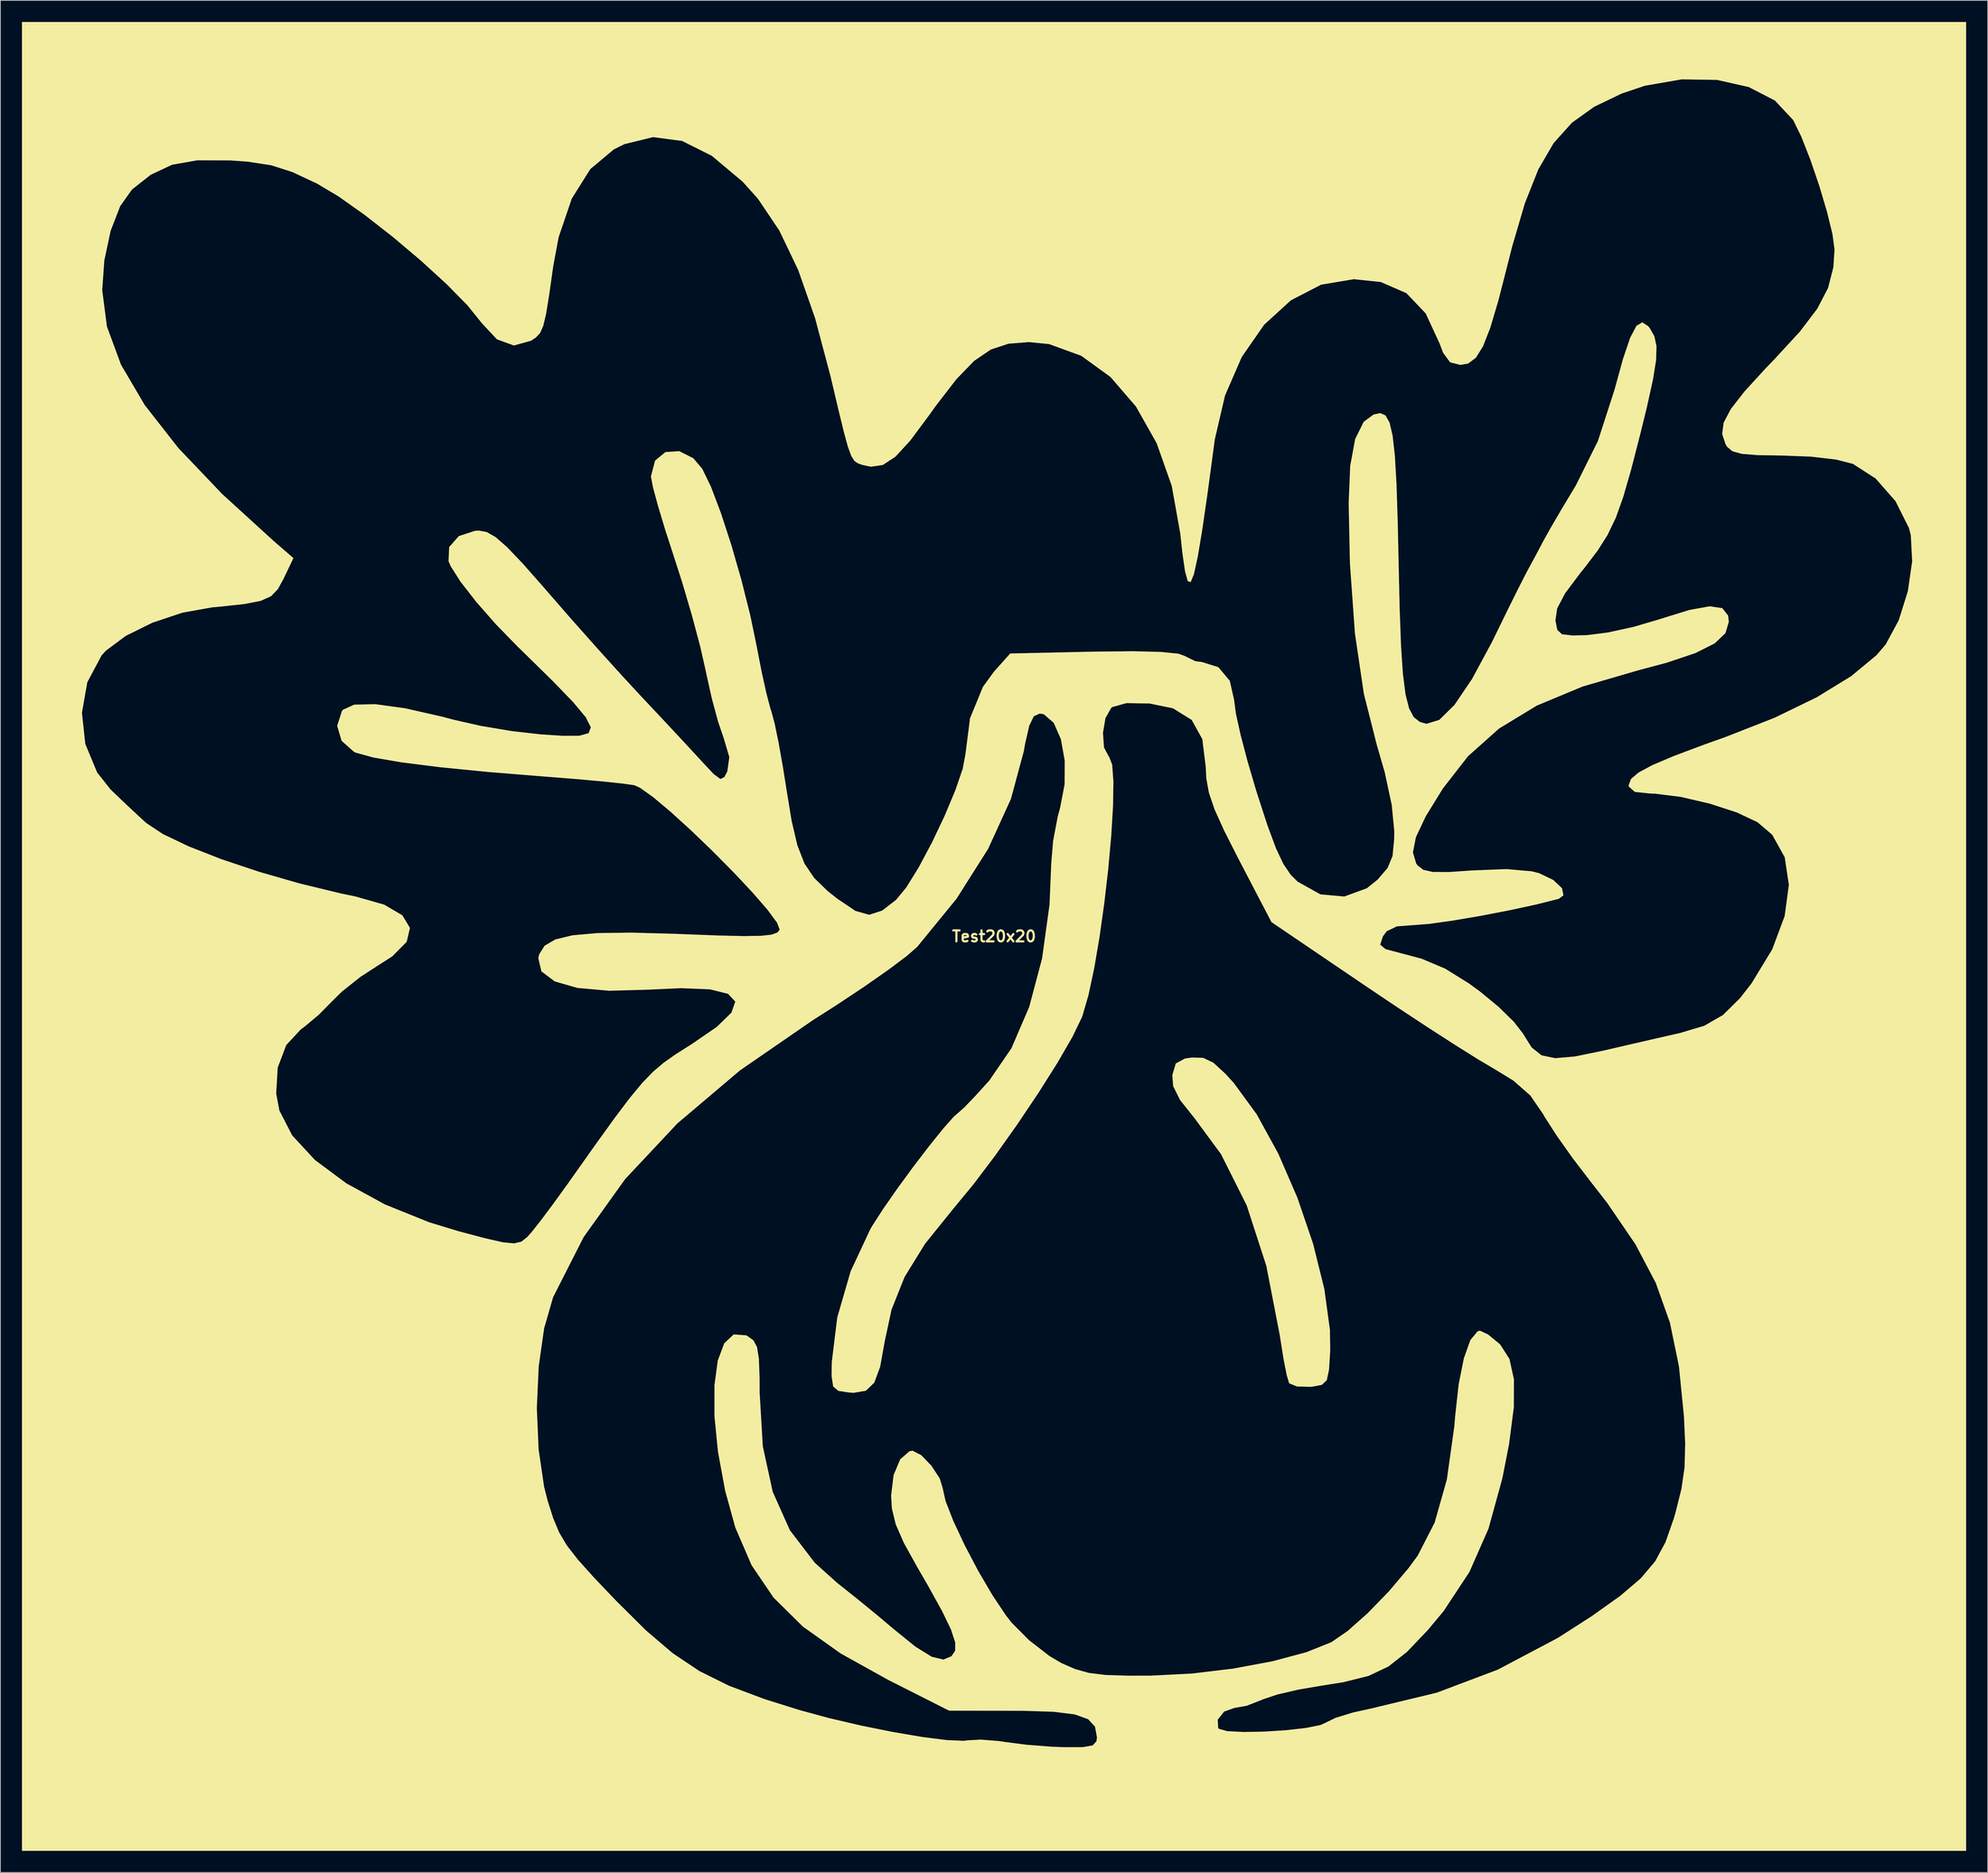
<source format=kicad_pcb>
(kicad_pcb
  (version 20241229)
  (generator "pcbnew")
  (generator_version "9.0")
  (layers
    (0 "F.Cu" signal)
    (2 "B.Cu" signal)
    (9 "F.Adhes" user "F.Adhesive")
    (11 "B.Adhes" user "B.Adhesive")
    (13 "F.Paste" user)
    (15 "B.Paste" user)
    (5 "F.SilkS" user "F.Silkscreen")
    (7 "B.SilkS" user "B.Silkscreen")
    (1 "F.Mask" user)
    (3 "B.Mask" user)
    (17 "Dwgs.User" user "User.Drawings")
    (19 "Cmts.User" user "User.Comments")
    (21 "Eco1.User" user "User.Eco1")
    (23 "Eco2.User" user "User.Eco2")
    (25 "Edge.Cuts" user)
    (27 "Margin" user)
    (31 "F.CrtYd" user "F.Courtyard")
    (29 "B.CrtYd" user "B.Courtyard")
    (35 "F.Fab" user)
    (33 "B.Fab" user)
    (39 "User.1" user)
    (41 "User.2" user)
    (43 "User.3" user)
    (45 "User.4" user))
  (footprint "Test20x20"
    (layer "F.Cu")
    (at 134.942 127.005)
    (property "Reference" "Test20x20" (at 0 0 0) (layer "F.SilkS") (effects (font (size 1.524 1.524) (thickness 0.3))))
    (attr through_hole)
    (fp_poly (pts (xy 29.037 16.874) (xy 30.445 17.544) (xy 32.129 19.094) (xy 33.302 20.389) (xy 36.461 24.715) (xy 39.445 30.152) (xy 42.103 36.283) (xy 44.286 42.689) (xy 45.843 48.952) (xy 46.624 54.654) (xy 46.662 57.547) (xy 46.498 60.187) (xy 46.186 61.633) (xy 45.511 62.28) (xy 44.258 62.52) (xy 43.929 62.553) (xy 42.053 62.51) (xy 40.977 62.071) (xy 40.963 62.05) (xy 40.634 60.944) (xy 40.195 58.718) (xy 39.735 55.829) (xy 39.682 55.456) (xy 37.806 45.775) (xy 35.077 37.357) (xy 31.508 30.237) (xy 27.811 25.217) (xy 25.813 22.706) (xy 24.867 20.789) (xy 24.751 19.264) (xy 25.23 17.655) (xy 26.511 16.963) (xy 27.478 16.825) (xy 29.037 16.874)) (stroke (width 0.01) (type solid)) (fill yes) (layer "F.SilkS"))
    (fp_poly (pts (xy 134.938 127) (xy -134.938 127) (xy -134.938 65.504) (xy -63.474 65.504) (xy -63.227 71.251) (xy -62.461 76.454) (xy -61.96 78.423) (xy -61.199 80.811) (xy -60.391 82.754) (xy -59.32 84.568) (xy -57.769 86.567) (xy -55.524 89.065) (xy -52.432 92.31) (xy -48.316 96.395) (xy -44.613 99.555) (xy -40.91 102.035) (xy -36.797 104.079) (xy -31.861 105.934) (xy -26.973 107.466) (xy -22.895 108.574) (xy -18.471 109.607) (xy -14.048 110.5) (xy -9.973 111.193) (xy -6.592 111.623) (xy -4.253 111.727) (xy -3.667 111.66) (xy -1.855 111.558) (xy 0.668 111.758) (xy 1.587 111.897) (xy 4.533 112.276) (xy 8.014 112.546) (xy 9.723 112.613) (xy 12.322 112.605) (xy 13.702 112.36) (xy 14.229 111.767) (xy 14.287 111.222) (xy 14.018 109.756) (xy 13.066 108.723) (xy 11.223 108.056) (xy 8.275 107.688) (xy 4.01 107.551) (xy 2.714 107.545) (xy -6.232 107.537) (xy -14.647 103.281) (xy -21.285 99.591) (xy -26.538 95.851) (xy -30.598 91.838) (xy -33.659 87.328) (xy -35.913 82.098) (xy -37.322 76.994) (xy -38.322 71.556) (xy -38.811 66.617) (xy -38.811 62.349) (xy -38.35 58.923) (xy -37.45 56.51) (xy -36.137 55.281) (xy -34.435 55.408) (xy -34.224 55.513) (xy -33.409 56.1) (xy -32.909 57.026) (xy -32.649 58.643) (xy -32.553 61.301) (xy -32.544 63.361) (xy -32.102 70.83) (xy -30.727 77.14) (xy -28.349 82.469) (xy -24.896 86.993) (xy -21.801 89.773) (xy -18.923 92.066) (xy -15.985 94.474) (xy -14.026 96.13) (xy -10.928 98.643) (xy -8.664 100.047) (xy -7.035 100.439) (xy -5.925 99.989) (xy -5.399 99.226) (xy -5.387 98.059) (xy -5.967 96.282) (xy -7.216 93.693) (xy -9.212 90.087) (xy -10.622 87.654) (xy -12.516 84.238) (xy -13.646 81.655) (xy -14.179 79.449) (xy -14.287 77.662) (xy -13.94 74.817) (xy -13.027 72.632) (xy -11.739 71.508) (xy -11.305 71.438) (xy -10.1 72.058) (xy -8.69 73.532) (xy -7.55 75.274) (xy -7.144 76.579) (xy -6.739 78.411) (xy -5.655 81.193) (xy -4.082 84.549) (xy -2.214 88.101) (xy -0.243 91.475) (xy 1.639 94.292) (xy 2.439 95.319) (xy 4.874 97.766) (xy 7.699 99.957) (xy 9.351 100.931) (xy 11.255 101.764) (xy 13.143 102.293) (xy 15.439 102.58) (xy 18.568 102.682) (xy 21.828 102.672) (xy 27.452 102.387) (xy 33.203 101.697) (xy 38.648 100.68) (xy 43.358 99.419) (xy 46.817 98.036) (xy 49.082 96.477) (xy 51.87 93.998) (xy 54.802 90.978) (xy 57.493 87.803) (xy 58.806 86.022) (xy 61.164 81.427) (xy 62.859 75.445) (xy 63.9 68.047) (xy 64.011 66.675) (xy 64.502 62.191) (xy 65.228 58.582) (xy 66.126 56.063) (xy 67.133 54.847) (xy 67.464 54.769) (xy 68.571 55.286) (xy 70.111 56.549) (xy 70.283 56.717) (xy 71.547 58.691) (xy 72.168 61.542) (xy 72.149 65.424) (xy 71.492 70.492) (xy 70.57 75.222) (xy 68.632 82.268) (xy 65.986 88.274) (xy 62.399 93.716) (xy 60.176 96.378) (xy 57.311 99.377) (xy 54.75 101.397) (xy 51.977 102.709) (xy 48.474 103.582) (xy 45.508 104.05) (xy 42.232 104.611) (xy 39.31 105.294) (xy 37.321 105.962) (xy 37.18 106.031) (xy 35.053 106.856) (xy 33.352 107.156) (xy 31.936 107.662) (xy 31.045 108.787) (xy 31.111 109.938) (xy 31.219 110.065) (xy 32.35 110.381) (xy 34.588 110.5) (xy 37.467 110.449) (xy 40.523 110.255) (xy 43.29 109.942) (xy 45.303 109.539) (xy 46 109.23) (xy 47.393 108.542) (xy 49.806 107.8) (xy 52.388 107.229) (xy 61.463 105.042) (xy 69.945 101.837) (xy 78.278 97.429) (xy 82.947 94.432) (xy 86.92 91.603) (xy 89.77 89.173) (xy 91.776 86.796) (xy 93.217 84.128) (xy 94.374 80.824) (xy 94.584 80.1) (xy 95.426 76.742) (xy 95.86 73.745) (xy 95.946 70.441) (xy 95.776 66.675) (xy 95.078 59.695) (xy 93.832 53.653) (xy 91.872 48.141) (xy 89.034 42.748) (xy 85.155 37.064) (xy 82.602 33.771) (xy 80.289 30.747) (xy 78.113 27.674) (xy 76.471 25.116) (xy 76.2 24.643) (xy 74.447 22.093) (xy 72.085 20.02) (xy 69.453 18.409) (xy 67.274 17.121) (xy 64.091 15.127) (xy 60.206 12.622) (xy 55.922 9.8) (xy 51.602 6.897) (xy 38.514 -1.988) (xy 33.962 -10.717) (xy 31.952 -14.678) (xy 30.619 -17.631) (xy 29.833 -19.936) (xy 29.467 -21.956) (xy 29.389 -23.57) (xy 28.912 -27.412) (xy 27.439 -30.068) (xy 24.843 -31.683) (xy 21.587 -32.349) (xy 18.371 -32.403) (xy 16.412 -31.854) (xy 16.276 -31.753) (xy 15.464 -30.335) (xy 15.115 -28.263) (xy 15.26 -26.24) (xy 15.931 -24.97) (xy 15.97 -24.944) (xy 16.395 -23.863) (xy 16.566 -21.493) (xy 16.514 -18.109) (xy 16.266 -13.985) (xy 15.852 -9.395) (xy 15.3 -4.613) (xy 14.64 0.086) (xy 13.899 4.428) (xy 13.108 8.14) (xy 12.293 10.947) (xy 12.165 11.29) (xy 10.879 13.951) (xy 8.816 17.524) (xy 6.193 21.682) (xy 3.228 26.101) (xy 0.141 30.455) (xy -2.852 34.419) (xy -5.531 37.668) (xy -5.561 37.703) (xy -9.588 42.696) (xy -12.417 47.287) (xy -14.238 51.844) (xy -15.175 56.223) (xy -15.813 59.767) (xy -16.625 61.974) (xy -17.79 63.097) (xy -19.483 63.386) (xy -20.173 63.342) (xy -21.621 63.113) (xy -22.331 62.507) (xy -22.545 61.089) (xy -22.524 59.134) (xy -21.762 52.925) (xy -19.908 46.529) (xy -17.175 40.663) (xy -16.898 40.194) (xy -15.353 37.797) (xy -13.36 34.939) (xy -11.152 31.926) (xy -8.961 29.063) (xy -7.02 26.658) (xy -5.564 25.014) (xy -4.912 24.457) (xy -4.148 23.779) (xy -2.658 22.229) (xy -0.757 20.137) (xy -0.653 20.02) (xy 2.419 15.533) (xy 4.883 9.801) (xy 6.669 3.075) (xy 7.704 -4.396) (xy 7.946 -10.178) (xy 8.207 -13.281) (xy 8.854 -16.689) (xy 9.174 -17.859) (xy 9.802 -21.134) (xy 9.811 -24.437) (xy 9.28 -27.401) (xy 8.288 -29.663) (xy 6.913 -30.858) (xy 6.34 -30.956) (xy 5.521 -30.579) (xy 4.881 -29.259) (xy 4.301 -26.715) (xy 4.132 -25.735) (xy 2.34 -19.093) (xy -0.815 -12.181) (xy -5.196 -5.251) (xy -10.669 1.447) (xy -10.671 1.449) (xy -12.141 2.738) (xy -14.692 4.651) (xy -18.046 6.995) (xy -21.926 9.573) (xy -25.157 11.632) (xy -35.267 18.604) (xy -43.966 25.975) (xy -51.212 33.704) (xy -56.968 41.749) (xy -61.193 50.067) (xy -61.228 50.153) (xy -62.461 54.44) (xy -63.214 59.729) (xy -63.474 65.504) (xy -134.938 65.504) (xy -134.938 -31.052) (xy -126.622 -31.052) (xy -126.155 -26.727) (xy -124.506 -22.758) (xy -122.642 -20.402) (xy -120.398 -18.25) (xy -118.125 -16.138) (xy -117.692 -15.746) (xy -115.389 -14.215) (xy -111.817 -12.507) (xy -107.267 -10.725) (xy -102.032 -8.972) (xy -96.405 -7.351) (xy -90.679 -5.964) (xy -88.631 -5.538) (xy -84.662 -4.407) (xy -82.136 -2.925) (xy -81.085 -1.178) (xy -81.541 0.748) (xy -83.534 2.765) (xy -85.177 3.814) (xy -87.957 5.616) (xy -90.536 7.669) (xy -91.737 8.851) (xy -93.742 10.88) (xy -95.786 12.593) (xy -96.223 12.896) (xy -98.26 15.092) (xy -99.446 18.227) (xy -99.656 21.827) (xy -99.214 24.178) (xy -97.433 27.645) (xy -94.265 31.065) (xy -89.908 34.304) (xy -84.559 37.229) (xy -78.416 39.708) (xy -74.334 40.951) (xy -70.673 41.921) (xy -68.217 42.482) (xy -66.639 42.64) (xy -65.611 42.398) (xy -64.806 41.76) (xy -64.197 41.077) (xy -63.021 39.596) (xy -61.269 37.253) (xy -59.269 34.49) (xy -58.734 33.734) (xy -55.344 28.944) (xy -52.687 25.255) (xy -50.587 22.47) (xy -48.866 20.388) (xy -47.348 18.813) (xy -45.854 17.544) (xy -44.209 16.384) (xy -42.235 15.133) (xy -42.047 15.017) (xy -38.485 12.571) (xy -36.443 10.581) (xy -35.92 9.048) (xy -36.918 7.972) (xy -39.436 7.351) (xy -43.475 7.186) (xy -47.932 7.392) (xy -53.442 7.546) (xy -57.825 7.154) (xy -60.986 6.247) (xy -62.83 4.857) (xy -63.261 3.014) (xy -63.137 2.487) (xy -62.391 1.3) (xy -60.903 0.428) (xy -58.512 -0.15) (xy -55.056 -0.459) (xy -50.373 -0.52) (xy -44.301 -0.357) (xy -43.26 -0.314) (xy -38.341 -0.125) (xy -34.784 -0.043) (xy -32.367 -0.078) (xy -30.867 -0.242) (xy -30.064 -0.543) (xy -29.753 -0.938) (xy -30.123 -1.917) (xy -31.462 -3.72) (xy -33.547 -6.123) (xy -36.153 -8.903) (xy -39.055 -11.836) (xy -42.029 -14.7) (xy -44.851 -17.271) (xy -47.296 -19.327) (xy -49.14 -20.643) (xy -49.922 -21) (xy -51.484 -21.223) (xy -54.252 -21.516) (xy -57.848 -21.843) (xy -61.896 -22.167) (xy -62.309 -22.197) (xy -70.236 -22.839) (xy -76.904 -23.502) (xy -82.236 -24.175) (xy -86.152 -24.849) (xy -88.574 -25.513) (xy -88.843 -25.631) (xy -90.571 -27.166) (xy -91.182 -29.251) (xy -90.521 -31.303) (xy -90.392 -31.469) (xy -88.824 -32.183) (xy -85.919 -32.252) (xy -81.785 -31.686) (xy -76.533 -30.495) (xy -75.009 -30.087) (xy -71.293 -29.243) (xy -66.947 -28.512) (xy -63.018 -28.062) (xy -59.835 -27.852) (xy -57.579 -27.864) (xy -56.28 -28.22) (xy -55.97 -29.04) (xy -56.68 -30.445) (xy -58.44 -32.557) (xy -61.283 -35.496) (xy -65.24 -39.384) (xy -66.165 -40.284) (xy -69.15 -43.352) (xy -71.861 -46.442) (xy -74.039 -49.236) (xy -75.426 -51.413) (xy -75.723 -52.105) (xy -75.635 -54.072) (xy -74.297 -55.593) (xy -72.043 -56.332) (xy -71.5 -56.356) (xy -70.428 -56.159) (xy -69.192 -55.45) (xy -67.595 -54.053) (xy -65.44 -51.793) (xy -62.53 -48.493) (xy -61.952 -47.823) (xy -58.656 -44.039) (xy -55.105 -40.037) (xy -51.725 -36.294) (xy -48.942 -33.286) (xy -48.934 -33.278) (xy -46.195 -30.365) (xy -43.536 -27.516) (xy -41.355 -25.16) (xy -40.519 -24.246) (xy -38.897 -22.52) (xy -37.982 -21.856) (xy -37.43 -22.125) (xy -37.024 -22.916) (xy -36.745 -24.91) (xy -37.537 -27.582) (xy -38.305 -29.828) (xy -39.162 -33.002) (xy -39.937 -36.466) (xy -40.024 -36.909) (xy -40.794 -40.298) (xy -41.937 -44.584) (xy -43.287 -49.172) (xy -44.436 -52.747) (xy -45.659 -56.514) (xy -46.665 -59.857) (xy -47.354 -62.423) (xy -47.624 -63.861) (xy -47.625 -63.899) (xy -47.053 -66.082) (xy -45.61 -67.266) (xy -43.702 -67.392) (xy -41.74 -66.401) (xy -40.504 -64.934) (xy -39.304 -62.461) (xy -37.923 -58.813) (xy -36.476 -54.375) (xy -35.083 -49.532) (xy -33.861 -44.669) (xy -32.944 -40.252) (xy -32.284 -36.842) (xy -31.617 -33.814) (xy -31.057 -31.672) (xy -30.906 -31.222) (xy -30.466 -29.592) (xy -29.897 -26.823) (xy -29.283 -23.352) (xy -28.873 -20.74) (xy -28.107 -16.076) (xy -27.307 -12.647) (xy -26.313 -10.107) (xy -24.968 -8.109) (xy -23.111 -6.306) (xy -21.771 -5.239) (xy -19.253 -3.543) (xy -17.331 -2.996) (xy -15.519 -3.589) (xy -13.592 -5.079) (xy -12.174 -6.806) (xy -10.451 -9.594) (xy -8.615 -13.041) (xy -6.857 -16.743) (xy -5.368 -20.299) (xy -4.34 -23.305) (xy -3.964 -25.33) (xy -3.33 -30.298) (xy -1.542 -34.656) (xy -0.018 -36.753) (xy 2.247 -39.291) (xy 13.922 -39.549) (xy 19.244 -39.605) (xy 23.157 -39.507) (xy 25.598 -39.259) (xy 26.451 -38.954) (xy 27.921 -38.228) (xy 28.87 -38.1) (xy 31.137 -37.389) (xy 32.724 -35.495) (xy 33.337 -32.773) (xy 33.337 -32.709) (xy 33.574 -30.918) (xy 34.219 -28.004) (xy 35.178 -24.352) (xy 36.356 -20.344) (xy 36.529 -19.792) (xy 37.964 -15.385) (xy 39.133 -12.23) (xy 40.167 -10.042) (xy 41.198 -8.535) (xy 42.146 -7.598) (xy 45.297 -5.838) (xy 48.61 -5.534) (xy 51.751 -6.678) (xy 53.242 -7.876) (xy 54.63 -9.496) (xy 55.325 -11.172) (xy 55.552 -13.557) (xy 55.562 -14.614) (xy 55.215 -18.235) (xy 54.234 -22.812) (xy 53.124 -26.644) (xy 51.34 -33.701) (xy 50.104 -42.06) (xy 49.406 -51.792) (xy 49.231 -60.166) (xy 49.445 -65.34) (xy 50.133 -69.078) (xy 51.318 -71.466) (xy 52.697 -72.485) (xy 53.615 -72.674) (xy 54.342 -72.351) (xy 54.903 -71.358) (xy 55.327 -69.537) (xy 55.639 -66.732) (xy 55.867 -62.783) (xy 56.037 -57.534) (xy 56.153 -52.157) (xy 56.301 -45.571) (xy 56.491 -40.4) (xy 56.753 -36.473) (xy 57.116 -33.62) (xy 57.61 -31.668) (xy 58.263 -30.447) (xy 59.106 -29.784) (xy 60.034 -29.525) (xy 61.808 -30.068) (xy 63.92 -32.15) (xy 66.362 -35.759) (xy 69.126 -40.884) (xy 69.706 -42.069) (xy 71.27 -45.278) (xy 72.695 -48.15) (xy 73.757 -50.238) (xy 74.057 -50.8) (xy 75.283 -53.071) (xy 76.269 -54.941) (xy 77.223 -56.657) (xy 78.716 -59.215) (xy 80.453 -62.109) (xy 80.741 -62.582) (xy 83.829 -68.795) (xy 86.11 -75.836) (xy 87.313 -80.203) (xy 88.307 -83.143) (xy 89.171 -84.79) (xy 89.98 -85.278) (xy 90.813 -84.743) (xy 91.041 -84.454) (xy 91.664 -83.342) (xy 91.959 -81.961) (xy 91.901 -80.046) (xy 91.468 -77.336) (xy 90.636 -73.565) (xy 89.712 -69.796) (xy 88.43 -64.813) (xy 87.344 -61.041) (xy 86.306 -58.141) (xy 85.172 -55.772) (xy 83.795 -53.596) (xy 82.029 -51.273) (xy 81.421 -50.521) (xy 79.282 -47.673) (xy 78.171 -45.568) (xy 77.929 -43.898) (xy 77.938 -43.807) (xy 78.187 -42.567) (xy 78.843 -41.957) (xy 80.329 -41.789) (xy 82.34 -41.844) (xy 85.203 -42.204) (xy 88.786 -42.989) (xy 92.332 -44.031) (xy 92.475 -44.08) (xy 96.538 -45.339) (xy 99.358 -45.844) (xy 101.091 -45.589) (xy 101.894 -44.566) (xy 101.997 -43.701) (xy 101.531 -42.119) (xy 100.033 -40.696) (xy 97.359 -39.352) (xy 93.359 -38.009) (xy 89.418 -36.959) (xy 81.7 -34.706) (xy 75.333 -32.054) (xy 70.106 -28.874) (xy 65.805 -25.038) (xy 62.312 -20.558) (xy 59.929 -16.689) (xy 58.56 -13.789) (xy 58.14 -11.66) (xy 58.605 -10.107) (xy 58.795 -9.852) (xy 59.585 -9.243) (xy 60.899 -8.948) (xy 63.091 -8.934) (xy 66.346 -9.156) (xy 71.124 -9.347) (xy 74.659 -9.035) (xy 75.655 -8.78) (xy 77.627 -7.832) (xy 78.836 -6.699) (xy 79.038 -5.697) (xy 78.369 -5.218) (xy 75.282 -4.438) (xy 71.488 -3.617) (xy 67.443 -2.839) (xy 63.6 -2.186) (xy 60.416 -1.742) (xy 58.418 -1.587) (xy 55.92 -1.399) (xy 54.506 -0.723) (xy 53.985 -0.02) (xy 53.6 1.151) (xy 54.343 1.77) (xy 55.347 2.036) (xy 59.354 3.103) (xy 62.625 4.484) (xy 65.908 6.528) (xy 67.498 7.689) (xy 70.026 9.774) (xy 72.147 11.852) (xy 73.419 13.491) (xy 73.454 13.555) (xy 74.623 15.422) (xy 75.997 16.52) (xy 77.899 16.917) (xy 80.652 16.679) (xy 84.58 15.87) (xy 84.688 15.845) (xy 88.342 14.998) (xy 91.877 14.184) (xy 94.669 13.546) (xy 95.25 13.415) (xy 98.591 12.416) (xy 101.183 10.928) (xy 103.554 8.585) (xy 105.157 6.523) (xy 108.028 1.804) (xy 109.757 -2.827) (xy 110.338 -7.163) (xy 109.763 -10.997) (xy 108.024 -14.125) (xy 105.982 -15.865) (xy 103.111 -17.219) (xy 99.33 -18.451) (xy 95.317 -19.382) (xy 91.748 -19.828) (xy 91.114 -19.844) (xy 88.955 -20.07) (xy 88.129 -20.8) (xy 88.106 -21.014) (xy 88.412 -21.846) (xy 89.447 -22.741) (xy 91.384 -23.785) (xy 94.398 -25.064) (xy 98.664 -26.665) (xy 101.593 -27.71) (xy 108.342 -30.358) (xy 114.207 -33.206) (xy 118.993 -36.142) (xy 122.503 -39.052) (xy 123.77 -40.532) (xy 125.592 -43.907) (xy 126.86 -47.957) (xy 127.456 -52.095) (xy 127.265 -55.735) (xy 127.011 -56.719) (xy 125.141 -60.455) (xy 122.375 -63.605) (xy 119.228 -65.632) (xy 116.891 -66.231) (xy 113.435 -66.635) (xy 109.456 -66.788) (xy 106.001 -66.846) (xy 103.793 -67.023) (xy 102.494 -67.387) (xy 101.766 -68.007) (xy 101.545 -68.366) (xy 101.078 -69.789) (xy 101.284 -71.347) (xy 102.285 -73.25) (xy 104.201 -75.709) (xy 107.153 -78.932) (xy 108.348 -80.172) (xy 111.868 -83.995) (xy 114.288 -87.185) (xy 115.78 -90.056) (xy 116.516 -92.924) (xy 116.677 -95.407) (xy 116.394 -97.523) (xy 115.639 -100.622) (xy 114.566 -104.231) (xy 113.325 -107.873) (xy 112.069 -111.072) (xy 110.951 -113.355) (xy 110.923 -113.402) (xy 108.393 -116.098) (xy 104.777 -117.966) (xy 100.367 -118.961) (xy 95.457 -119.036) (xy 90.341 -118.147) (xy 87.128 -117.065) (xy 83.32 -115.234) (xy 80.22 -113.016) (xy 77.679 -110.187) (xy 75.548 -106.521) (xy 73.676 -101.796) (xy 71.913 -95.787) (xy 71.308 -93.396) (xy 69.996 -88.274) (xy 68.88 -84.523) (xy 67.871 -81.949) (xy 66.878 -80.361) (xy 65.812 -79.568) (xy 64.732 -79.375) (xy 63.313 -79.735) (xy 62.334 -81.075) (xy 61.854 -82.352) (xy 59.92 -86.531) (xy 57.24 -89.345) (xy 53.683 -90.891) (xy 49.938 -91.281) (xy 45.408 -90.521) (xy 41.21 -88.355) (xy 37.488 -84.954) (xy 34.39 -80.487) (xy 32.06 -75.125) (xy 30.644 -69.038) (xy 30.587 -68.628) (xy 29.677 -61.836) (xy 28.915 -56.56) (xy 28.278 -52.737) (xy 27.743 -50.304) (xy 27.286 -49.199) (xy 26.884 -49.359) (xy 26.513 -50.722) (xy 26.151 -53.224) (xy 25.856 -55.959) (xy 24.674 -62.564) (xy 22.581 -68.496) (xy 19.704 -73.593) (xy 16.171 -77.696) (xy 12.108 -80.642) (xy 7.644 -82.27) (xy 4.837 -82.547) (xy 2.009 -82.323) (xy -0.437 -81.518) (xy -2.76 -79.941) (xy -5.219 -77.401) (xy -8.076 -73.706) (xy -9.093 -72.281) (xy -11.659 -68.835) (xy -13.701 -66.623) (xy -15.441 -65.479) (xy -17.104 -65.236) (xy -18.216 -65.471) (xy -18.87 -65.692) (xy -19.375 -66.032) (xy -19.819 -66.729) (xy -20.288 -68.022) (xy -20.868 -70.147) (xy -21.645 -73.343) (xy -22.692 -77.787) (xy -24.843 -85.879) (xy -27.187 -92.567) (xy -29.804 -98.034) (xy -32.777 -102.46) (xy -34.879 -104.806) (xy -39.179 -108.42) (xy -43.306 -110.483) (xy -47.332 -111.015) (xy -51.331 -110.033) (xy -52.784 -109.308) (xy -56.052 -106.568) (xy -58.622 -102.474) (xy -60.445 -97.117) (xy -61.183 -93.172) (xy -61.744 -89.213) (xy -62.176 -86.532) (xy -62.57 -84.832) (xy -63.011 -83.818) (xy -63.588 -83.195) (xy -64.274 -82.736) (xy -66.653 -82.073) (xy -69.006 -82.928) (xy -71.161 -85.236) (xy -71.203 -85.3) (xy -73.091 -87.643) (xy -75.979 -90.584) (xy -79.542 -93.844) (xy -83.455 -97.15) (xy -87.391 -100.226) (xy -91.023 -102.797) (xy -94.009 -104.576) (xy -97.419 -106.167) (xy -100.349 -107.106) (xy -103.594 -107.604) (xy -106.025 -107.779) (xy -110.58 -107.798) (xy -114.105 -107.179) (xy -117.074 -105.782) (xy -119.672 -103.737) (xy -121.312 -101.422) (xy -122.638 -97.986) (xy -123.514 -93.888) (xy -123.806 -89.748) (xy -123.15 -84.697) (xy -121.197 -79.4) (xy -117.907 -73.798) (xy -113.241 -67.833) (xy -107.158 -61.447) (xy -100.027 -54.934) (xy -97.263 -52.543) (xy -98.615 -49.708) (xy -99.415 -48.239) (xy -100.368 -47.249) (xy -101.81 -46.602) (xy -104.079 -46.163) (xy -107.512 -45.796) (xy -108.577 -45.7) (xy -112.689 -44.959) (xy -116.838 -43.569) (xy -120.534 -41.743) (xy -123.289 -39.693) (xy -123.893 -39.023) (xy -125.878 -35.296) (xy -126.622 -31.052) (xy -134.938 -31.052) (xy -134.938 -127) (xy 134.938 -127) (xy 134.938 127)) (stroke (width 0.01) (type solid)) (fill yes) (layer "F.SilkS")))
  (gr_rect
    (start -3 -3)
    (end 272.885 257.01)
    (stroke (width 0.1) (type default))
    (fill no)
    (layer "Edge.Cuts")))
</source>
